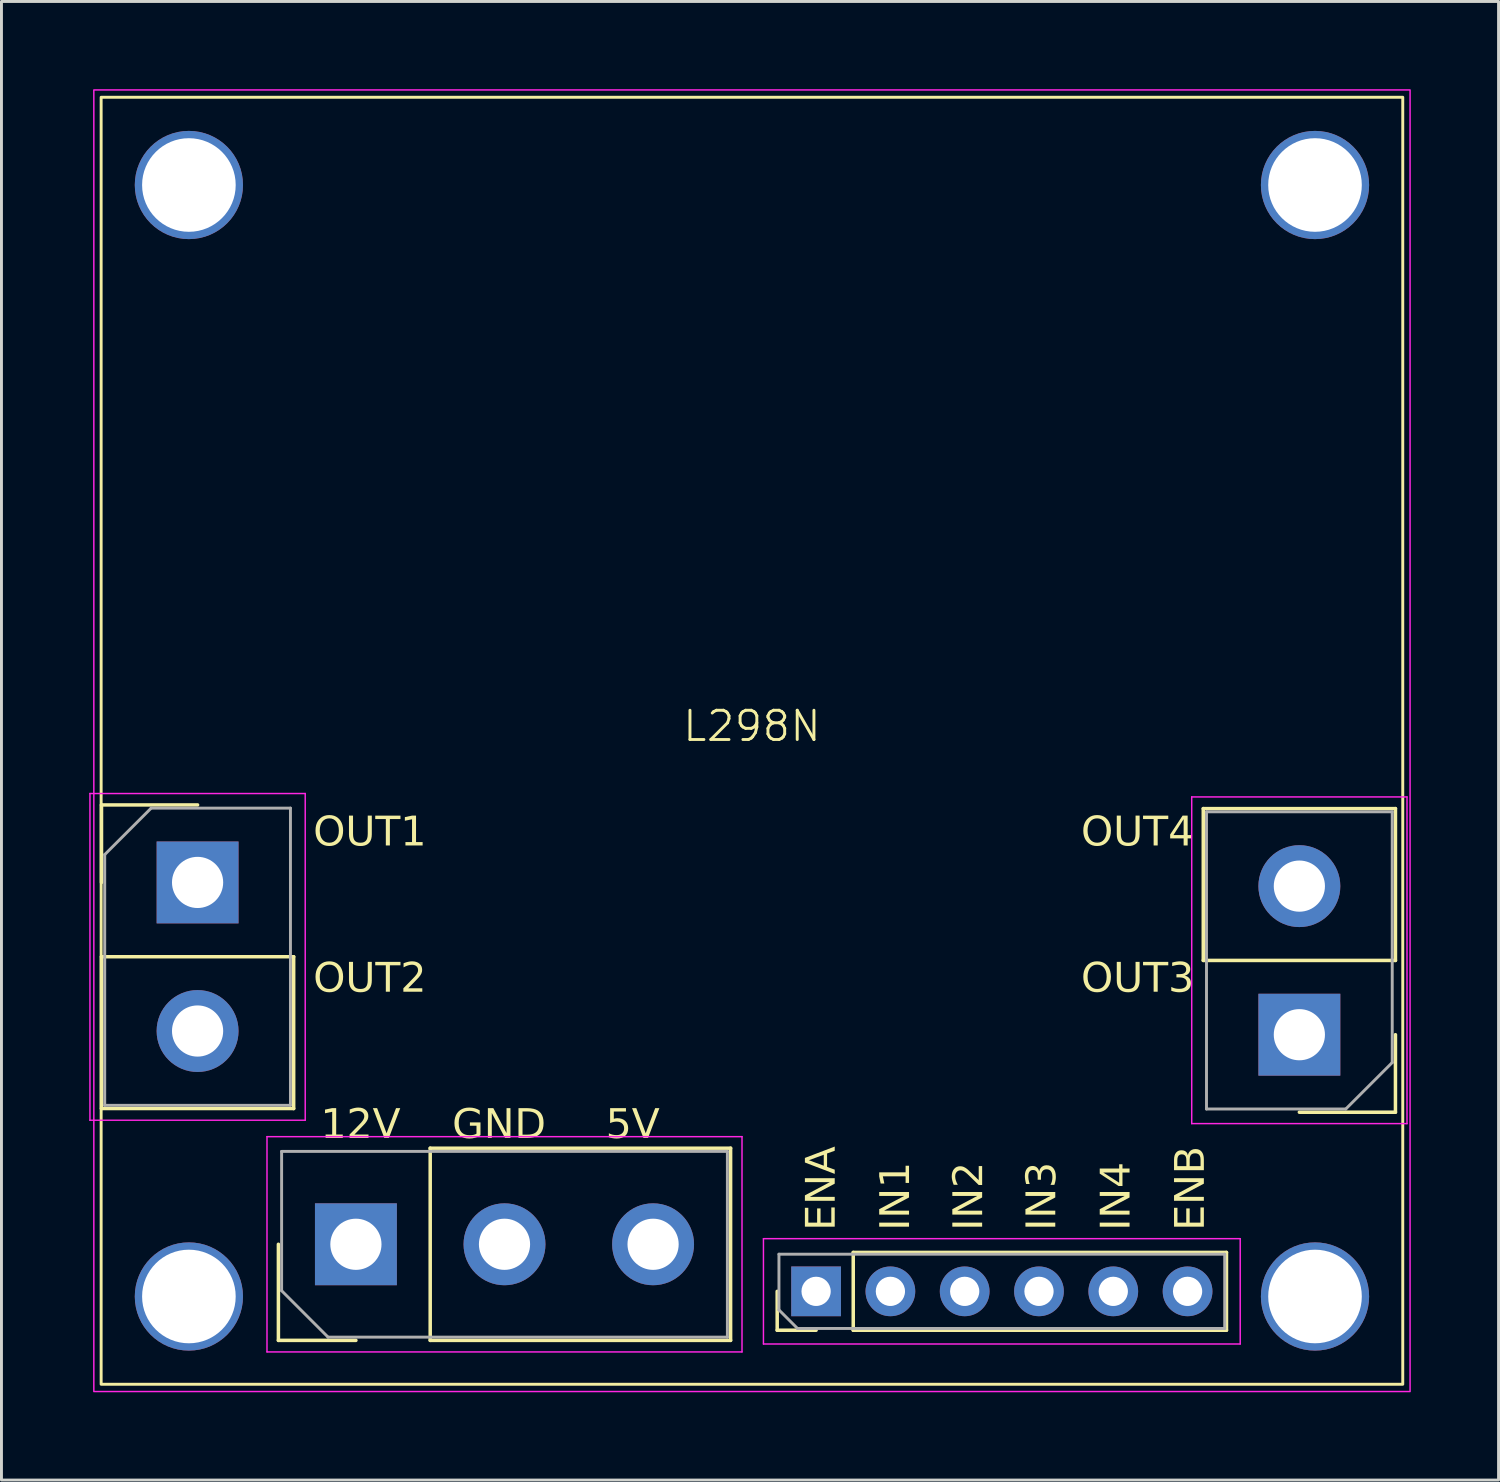
<source format=kicad_pcb>
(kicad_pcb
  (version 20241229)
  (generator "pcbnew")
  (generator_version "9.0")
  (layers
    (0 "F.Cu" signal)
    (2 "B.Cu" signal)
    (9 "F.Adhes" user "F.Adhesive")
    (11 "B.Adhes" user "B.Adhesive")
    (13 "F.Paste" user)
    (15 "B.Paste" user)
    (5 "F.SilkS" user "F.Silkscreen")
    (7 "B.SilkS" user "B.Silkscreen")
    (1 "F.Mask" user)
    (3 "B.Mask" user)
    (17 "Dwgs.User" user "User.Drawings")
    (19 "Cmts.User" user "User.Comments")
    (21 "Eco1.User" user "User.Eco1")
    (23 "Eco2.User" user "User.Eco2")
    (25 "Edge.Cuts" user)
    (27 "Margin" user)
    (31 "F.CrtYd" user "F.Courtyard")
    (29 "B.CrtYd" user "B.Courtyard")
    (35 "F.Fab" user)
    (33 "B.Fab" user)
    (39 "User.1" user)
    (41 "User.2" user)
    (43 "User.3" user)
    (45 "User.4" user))
  (footprint "L298N"
    (layer "F.Cu")
    (at 22.658 22.275)
    (property "Reference" "L298N" (at 0 -0.5 0) (unlocked yes) (layer "F.SilkS") (effects (font (size 1 1) (thickness 0.1))))
    (attr through_hole)
    (fp_line (start -22.238 2.194) (end -18.953 2.194) (stroke (width 0.12) (type solid)) (layer "F.SilkS"))
    (fp_line (start -22.238 4.844) (end -22.238 2.194) (stroke (width 0.12) (type solid)) (layer "F.SilkS"))
    (fp_line (start -22.238 7.384) (end -22.238 12.574) (stroke (width 0.12) (type solid)) (layer "F.SilkS"))
    (fp_line (start -22.238 7.384) (end -15.668 7.384) (stroke (width 0.12) (type solid)) (layer "F.SilkS"))
    (fp_line (start -22.238 12.574) (end -15.668 12.574) (stroke (width 0.12) (type solid)) (layer "F.SilkS"))
    (fp_line (start -16.19 20.5) (end -16.19 17.215) (stroke (width 0.12) (type solid)) (layer "F.SilkS"))
    (fp_line (start -15.668 7.384) (end -15.668 12.574) (stroke (width 0.12) (type solid)) (layer "F.SilkS"))
    (fp_line (start -13.54 20.5) (end -16.19 20.5) (stroke (width 0.12) (type solid)) (layer "F.SilkS"))
    (fp_line (start -11 13.93) (end -0.73 13.93) (stroke (width 0.12) (type solid)) (layer "F.SilkS"))
    (fp_line (start -11 20.5) (end -11 13.93) (stroke (width 0.12) (type solid)) (layer "F.SilkS"))
    (fp_line (start -11 20.5) (end -0.73 20.5) (stroke (width 0.12) (type solid)) (layer "F.SilkS"))
    (fp_line (start -0.73 20.5) (end -0.73 13.93) (stroke (width 0.12) (type solid)) (layer "F.SilkS"))
    (fp_line (start 0.863 20.154) (end 0.863 18.824) (stroke (width 0.12) (type solid)) (layer "F.SilkS"))
    (fp_line (start 2.193 20.154) (end 0.863 20.154) (stroke (width 0.12) (type solid)) (layer "F.SilkS"))
    (fp_line (start 3.463 17.494) (end 16.223 17.494) (stroke (width 0.12) (type solid)) (layer "F.SilkS"))
    (fp_line (start 3.463 20.154) (end 3.463 17.494) (stroke (width 0.12) (type solid)) (layer "F.SilkS"))
    (fp_line (start 3.463 20.154) (end 16.223 20.154) (stroke (width 0.12) (type solid)) (layer "F.SilkS"))
    (fp_line (start 15.43 7.51) (end 15.43 2.32) (stroke (width 0.12) (type solid)) (layer "F.SilkS"))
    (fp_line (start 16.223 20.154) (end 16.223 17.494) (stroke (width 0.12) (type solid)) (layer "F.SilkS"))
    (fp_line (start 22 2.32) (end 15.43 2.32) (stroke (width 0.12) (type solid)) (layer "F.SilkS"))
    (fp_line (start 22 7.51) (end 15.43 7.51) (stroke (width 0.12) (type solid)) (layer "F.SilkS"))
    (fp_line (start 22 7.51) (end 22 2.32) (stroke (width 0.12) (type solid)) (layer "F.SilkS"))
    (fp_line (start 22 10.05) (end 22 12.7) (stroke (width 0.12) (type solid)) (layer "F.SilkS"))
    (fp_line (start 22 12.7) (end 18.715 12.7) (stroke (width 0.12) (type solid)) (layer "F.SilkS"))
    (fp_rect (start -22.25 -22) (end 22.25 22) (stroke (width 0.1) (type default)) (fill no) (layer "F.SilkS"))
    (fp_line (start -22.633 1.804) (end -22.633 12.974) (stroke (width 0.05) (type solid)) (layer "F.CrtYd"))
    (fp_line (start -22.633 12.974) (end -15.273 12.974) (stroke (width 0.05) (type solid)) (layer "F.CrtYd"))
    (fp_line (start -16.58 13.535) (end -16.58 20.895) (stroke (width 0.05) (type solid)) (layer "F.CrtYd"))
    (fp_line (start -16.58 20.895) (end -0.34 20.895) (stroke (width 0.05) (type solid)) (layer "F.CrtYd"))
    (fp_line (start -15.273 1.804) (end -22.633 1.804) (stroke (width 0.05) (type solid)) (layer "F.CrtYd"))
    (fp_line (start -15.273 12.974) (end -15.273 1.804) (stroke (width 0.05) (type solid)) (layer "F.CrtYd"))
    (fp_line (start -0.34 13.535) (end -16.58 13.535) (stroke (width 0.05) (type solid)) (layer "F.CrtYd"))
    (fp_line (start -0.34 20.895) (end -0.34 13.535) (stroke (width 0.05) (type solid)) (layer "F.CrtYd"))
    (fp_line (start 0.393 17.024) (end 0.393 20.624) (stroke (width 0.05) (type solid)) (layer "F.CrtYd"))
    (fp_line (start 0.393 20.624) (end 16.693 20.624) (stroke (width 0.05) (type solid)) (layer "F.CrtYd"))
    (fp_line (start 15.035 1.92) (end 15.035 13.09) (stroke (width 0.05) (type solid)) (layer "F.CrtYd"))
    (fp_line (start 15.035 13.09) (end 22.395 13.09) (stroke (width 0.05) (type solid)) (layer "F.CrtYd"))
    (fp_line (start 16.693 17.024) (end 0.393 17.024) (stroke (width 0.05) (type solid)) (layer "F.CrtYd"))
    (fp_line (start 16.693 20.624) (end 16.693 17.024) (stroke (width 0.05) (type solid)) (layer "F.CrtYd"))
    (fp_line (start 22.395 1.92) (end 15.035 1.92) (stroke (width 0.05) (type solid)) (layer "F.CrtYd"))
    (fp_line (start 22.395 13.09) (end 22.395 1.92) (stroke (width 0.05) (type solid)) (layer "F.CrtYd"))
    (fp_rect (start -22.5 -22.25) (end 22.5 22.25) (stroke (width 0.05) (type default)) (fill no) (layer "F.CrtYd"))
    (fp_line (start -22.128 3.892) (end -20.54 2.304) (stroke (width 0.1) (type solid)) (layer "F.Fab"))
    (fp_line (start -22.128 12.464) (end -22.128 3.892) (stroke (width 0.1) (type solid)) (layer "F.Fab"))
    (fp_line (start -20.54 2.304) (end -15.778 2.304) (stroke (width 0.1) (type solid)) (layer "F.Fab"))
    (fp_line (start -16.08 14.04) (end -0.84 14.04) (stroke (width 0.1) (type solid)) (layer "F.Fab"))
    (fp_line (start -16.08 18.802) (end -16.08 14.04) (stroke (width 0.1) (type solid)) (layer "F.Fab"))
    (fp_line (start -15.778 2.304) (end -15.778 12.464) (stroke (width 0.1) (type solid)) (layer "F.Fab"))
    (fp_line (start -15.778 12.464) (end -22.128 12.464) (stroke (width 0.1) (type solid)) (layer "F.Fab"))
    (fp_line (start -14.492 20.39) (end -16.08 18.802) (stroke (width 0.1) (type solid)) (layer "F.Fab"))
    (fp_line (start -0.84 14.04) (end -0.84 20.39) (stroke (width 0.1) (type solid)) (layer "F.Fab"))
    (fp_line (start -0.84 20.39) (end -14.492 20.39) (stroke (width 0.1) (type solid)) (layer "F.Fab"))
    (fp_line (start 0.923 17.554) (end 16.163 17.554) (stroke (width 0.1) (type solid)) (layer "F.Fab"))
    (fp_line (start 0.923 19.459) (end 0.923 17.554) (stroke (width 0.1) (type solid)) (layer "F.Fab"))
    (fp_line (start 1.558 20.094) (end 0.923 19.459) (stroke (width 0.1) (type solid)) (layer "F.Fab"))
    (fp_line (start 15.54 2.43) (end 21.89 2.43) (stroke (width 0.1) (type solid)) (layer "F.Fab"))
    (fp_line (start 15.54 12.59) (end 15.54 2.43) (stroke (width 0.1) (type solid)) (layer "F.Fab"))
    (fp_line (start 16.163 17.554) (end 16.163 20.094) (stroke (width 0.1) (type solid)) (layer "F.Fab"))
    (fp_line (start 16.163 20.094) (end 1.558 20.094) (stroke (width 0.1) (type solid)) (layer "F.Fab"))
    (fp_line (start 20.302 12.59) (end 15.54 12.59) (stroke (width 0.1) (type solid)) (layer "F.Fab"))
    (fp_line (start 21.89 2.43) (end 21.89 11.002) (stroke (width 0.1) (type solid)) (layer "F.Fab"))
    (fp_line (start 21.89 11.002) (end 20.302 12.59) (stroke (width 0.1) (type solid)) (layer "F.Fab"))
    (fp_text user "ENA" (at 3 16.75 90) (unlocked yes) (layer "F.SilkS") (effects (font (face "Roboto Slab") (size 1 1) (thickness 0.15)) (justify left bottom)))
    (fp_text user "IN4" (at 13.08 16.75 90) (unlocked yes) (layer "F.SilkS") (effects (font (face "Roboto Slab") (size 1 1) (thickness 0.15)) (justify left bottom)))
    (fp_text user "OUT3" (at 11.25 8.75 0) (unlocked yes) (layer "F.SilkS") (effects (font (face "Roboto Slab") (size 1 1) (thickness 0.15)) (justify left bottom)))
    (fp_text user "GND" (at -10.25 13.75 0) (unlocked yes) (layer "F.SilkS") (effects (font (face "Roboto Slab") (size 1 1) (thickness 0.15)) (justify left bottom)))
    (fp_text user "OUT4" (at 11.25 3.75 0) (unlocked yes) (layer "F.SilkS") (effects (font (face "Roboto Slab") (size 1 1) (thickness 0.15)) (justify left bottom)))
    (fp_text user "5V" (at -5 13.75 0) (unlocked yes) (layer "F.SilkS") (effects (font (face "Roboto Slab") (size 1 1) (thickness 0.15)) (justify left bottom)))
    (fp_text user "ENB" (at 15.62 16.75 90) (unlocked yes) (layer "F.SilkS") (effects (font (face "Roboto Slab") (size 1 1) (thickness 0.15)) (justify left bottom)))
    (fp_text user "IN3" (at 10.54 16.75 90) (unlocked yes) (layer "F.SilkS") (effects (font (face "Roboto Slab") (size 1 1) (thickness 0.15)) (justify left bottom)))
    (fp_text user "OUT2" (at -15 8.75 0) (unlocked yes) (layer "F.SilkS") (effects (font (face "Roboto Slab") (size 1 1) (thickness 0.15)) (justify left bottom)))
    (fp_text user "IN1" (at 5.54 16.75 90) (unlocked yes) (layer "F.SilkS") (effects (font (face "Roboto Slab") (size 1 1) (thickness 0.15)) (justify left bottom)))
    (fp_text user "OUT1" (at -15 3.75 0) (unlocked yes) (layer "F.SilkS") (effects (font (face "Roboto Slab") (size 1 1) (thickness 0.15)) (justify left bottom)))
    (fp_text user "IN2" (at 8.04 16.75 90) (unlocked yes) (layer "F.SilkS") (effects (font (face "Roboto Slab") (size 1 1) (thickness 0.15)) (justify left bottom)))
    (fp_text user "12V" (at -14.75 13.75 0) (unlocked yes) (layer "F.SilkS") (effects (font (face "Roboto Slab") (size 1 1) (thickness 0.15)) (justify left bottom)))
    (pad "1" thru_hole rect (at -18.953 4.844) (size 2.8 2.8) (drill 1.75) (layers "*.Cu" "*.Mask"))
    (pad "2" thru_hole circle (at -18.953 9.924) (size 2.8 2.8) (drill 1.75) (layers "*.Cu" "*.Mask"))
    (pad "3" thru_hole rect (at -13.54 17.215 90) (size 2.8 2.8) (drill 1.75) (layers "*.Cu" "*.Mask"))
    (pad "4" thru_hole circle (at -19.25 -19) (size 3.7 3.7) (drill 3.2) (layers "*.Cu" "*.Mask"))
    (pad "4" thru_hole circle (at -19.25 19) (size 3.7 3.7) (drill 3.2) (layers "*.Cu" "*.Mask"))
    (pad "4" thru_hole circle (at -8.46 17.215 90) (size 2.8 2.8) (drill 1.75) (layers "*.Cu" "*.Mask"))
    (pad "4" thru_hole circle (at 19.25 -19) (size 3.7 3.7) (drill 3.2) (layers "*.Cu" "*.Mask"))
    (pad "4" thru_hole circle (at 19.25 19) (size 3.7 3.7) (drill 3.2) (layers "*.Cu" "*.Mask"))
    (pad "5" thru_hole circle (at -3.38 17.215 90) (size 2.8 2.8) (drill 1.75) (layers "*.Cu" "*.Mask"))
    (pad "6" thru_hole rect (at 2.193 18.824 90) (size 1.7 1.7) (drill 1) (layers "*.Cu" "*.Mask"))
    (pad "7" thru_hole oval (at 4.733 18.824 90) (size 1.7 1.7) (drill 1) (layers "*.Cu" "*.Mask"))
    (pad "8" thru_hole oval (at 7.273 18.824 90) (size 1.7 1.7) (drill 1) (layers "*.Cu" "*.Mask"))
    (pad "9" thru_hole oval (at 9.813 18.824 90) (size 1.7 1.7) (drill 1) (layers "*.Cu" "*.Mask"))
    (pad "10" thru_hole oval (at 12.353 18.824 90) (size 1.7 1.7) (drill 1) (layers "*.Cu" "*.Mask"))
    (pad "11" thru_hole oval (at 14.893 18.824 90) (size 1.7 1.7) (drill 1) (layers "*.Cu" "*.Mask"))
    (pad "12" thru_hole rect (at 18.715 10.05 180) (size 2.8 2.8) (drill 1.75) (layers "*.Cu" "*.Mask"))
    (pad "13" thru_hole circle (at 18.715 4.97 180) (size 2.8 2.8) (drill 1.75) (layers "*.Cu" "*.Mask")))
  (gr_rect
    (start -3 -3)
    (end 48.183 47.55)
    (stroke (width 0.1) (type default))
    (fill no)
    (layer "Edge.Cuts")))
</source>
